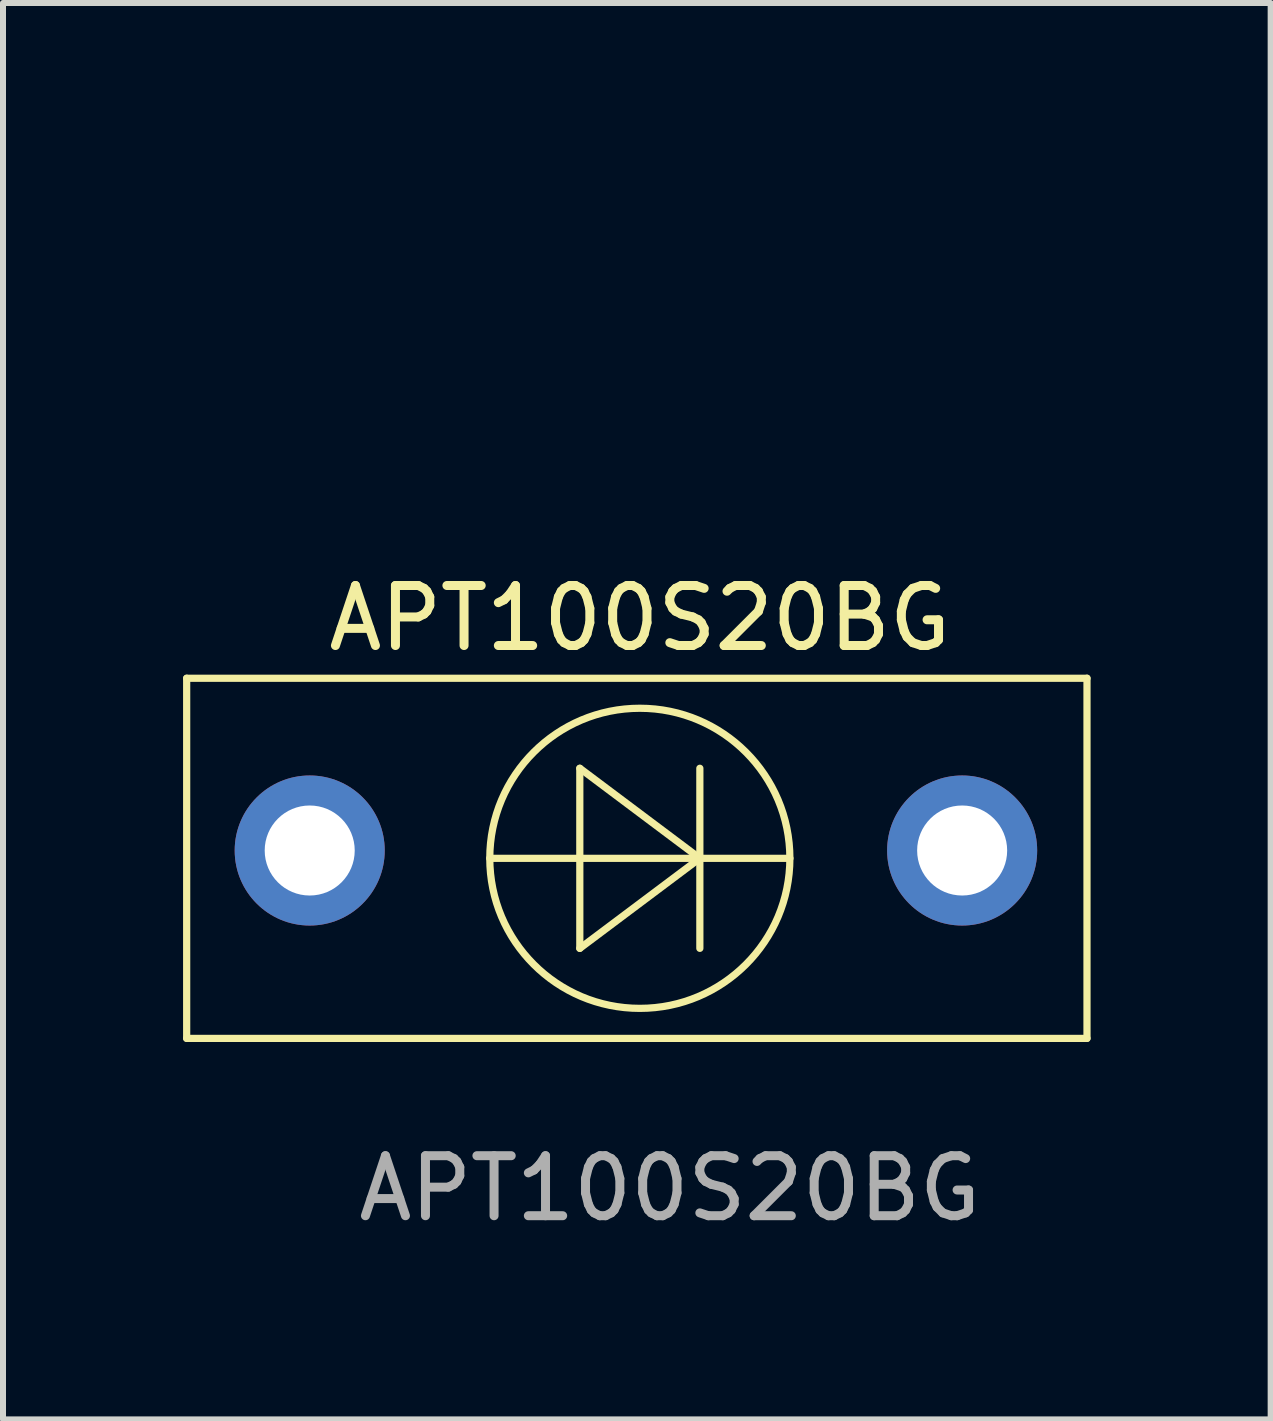
<source format=kicad_pcb>
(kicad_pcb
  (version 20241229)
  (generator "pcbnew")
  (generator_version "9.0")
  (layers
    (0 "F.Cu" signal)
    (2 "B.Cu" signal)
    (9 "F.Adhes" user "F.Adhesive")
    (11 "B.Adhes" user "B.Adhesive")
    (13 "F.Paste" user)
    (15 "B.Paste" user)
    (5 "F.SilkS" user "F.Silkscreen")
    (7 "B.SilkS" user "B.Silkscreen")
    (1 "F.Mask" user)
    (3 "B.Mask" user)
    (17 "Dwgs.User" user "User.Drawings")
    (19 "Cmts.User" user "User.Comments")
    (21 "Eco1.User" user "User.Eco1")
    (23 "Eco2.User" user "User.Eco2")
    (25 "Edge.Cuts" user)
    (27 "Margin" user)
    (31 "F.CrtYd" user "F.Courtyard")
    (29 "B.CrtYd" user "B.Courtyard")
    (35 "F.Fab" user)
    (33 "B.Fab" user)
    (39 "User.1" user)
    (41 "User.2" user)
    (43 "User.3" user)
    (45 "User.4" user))
  (footprint "APT100S20BG"
    (layer "F.Cu")
    (at 2.11 0.25)
    (property "Reference" "APT100S20BG" (at 5.5 7 0) (unlocked yes) (layer "F.SilkS") (effects (font (size 1 1) (thickness 0.15))))
    (attr through_hole)
    (fp_line (start -2.05 8) (end 12.95 8) (stroke (width 0.12) (type solid)) (layer "F.SilkS"))
    (fp_line (start -2.05 14) (end -2.05 8) (stroke (width 0.12) (type solid)) (layer "F.SilkS"))
    (fp_line (start 3 11) (end 8 11) (stroke (width 0.12) (type solid)) (layer "F.SilkS"))
    (fp_line (start 4.5 9.5) (end 4.5 12.5) (stroke (width 0.12) (type solid)) (layer "F.SilkS"))
    (fp_line (start 4.5 12.5) (end 6.5 11) (stroke (width 0.12) (type solid)) (layer "F.SilkS"))
    (fp_line (start 6.5 9.5) (end 6.5 12.5) (stroke (width 0.12) (type solid)) (layer "F.SilkS"))
    (fp_line (start 6.5 11) (end 4.5 9.5) (stroke (width 0.12) (type solid)) (layer "F.SilkS"))
    (fp_line (start 12.95 8) (end 12.95 14) (stroke (width 0.12) (type solid)) (layer "F.SilkS"))
    (fp_line (start 12.95 14) (end -2.05 14) (stroke (width 0.12) (type solid)) (layer "F.SilkS"))
    (fp_circle (center 5.5 11) (end 8 11) (stroke (width 0.12) (type solid)) (fill no) (layer "F.SilkS"))
    (fp_text user "${REFERENCE}" (at 6 16.5 0) (unlocked yes) (layer "F.Fab") (effects (font (size 1 1) (thickness 0.15))))
    (pad "1" thru_hole circle (at 0 10.87) (size 2.5 2.5) (drill 1.5) (layers "*.Cu" "*.Mask"))
    (pad "2" thru_hole circle (at 10.87 10.87) (size 2.5 2.5) (drill 1.5) (layers "*.Cu" "*.Mask")))
  (gr_rect
    (start -3 -3)
    (end 18.12 20.598)
    (stroke (width 0.1) (type default))
    (fill no)
    (layer "Edge.Cuts")))
</source>
